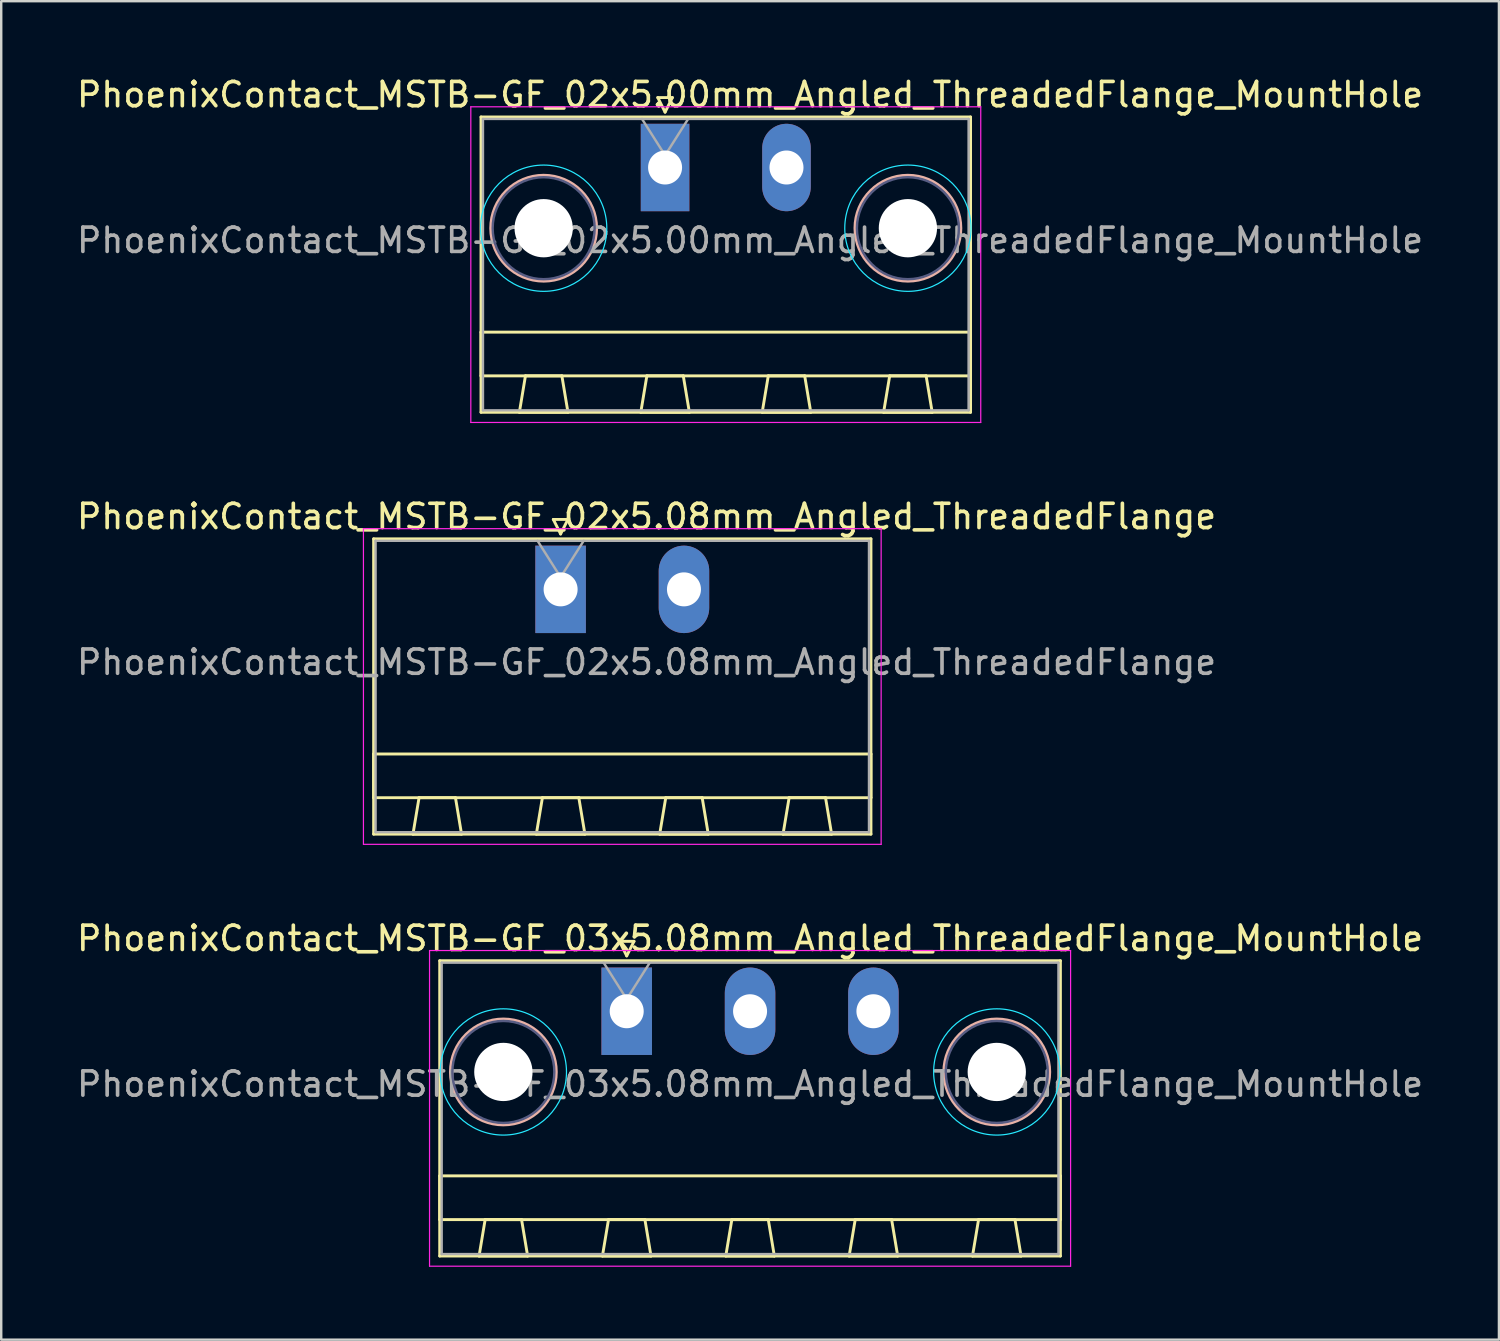
<source format=kicad_pcb>
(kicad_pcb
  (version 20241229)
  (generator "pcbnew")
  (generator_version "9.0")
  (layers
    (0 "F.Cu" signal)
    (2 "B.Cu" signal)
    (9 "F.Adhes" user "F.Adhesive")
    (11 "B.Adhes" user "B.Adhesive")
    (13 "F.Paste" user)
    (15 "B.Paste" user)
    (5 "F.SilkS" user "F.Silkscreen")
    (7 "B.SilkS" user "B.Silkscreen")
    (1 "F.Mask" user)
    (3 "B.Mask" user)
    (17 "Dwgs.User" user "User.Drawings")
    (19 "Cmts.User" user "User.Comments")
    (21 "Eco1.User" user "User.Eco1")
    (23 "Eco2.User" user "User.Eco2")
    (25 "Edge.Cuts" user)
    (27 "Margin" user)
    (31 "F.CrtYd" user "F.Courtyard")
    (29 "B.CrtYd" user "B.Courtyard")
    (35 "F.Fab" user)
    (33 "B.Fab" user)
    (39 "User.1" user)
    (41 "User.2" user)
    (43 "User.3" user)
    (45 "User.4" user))
  (footprint "PhoenixContact_MSTB-GF_02x5.08mm_Angled_ThreadedFlange"
    (layer "F.Cu")
    (at 20.037 21.221)
    (property "Reference" "PhoenixContact_MSTB-GF_02x5.08mm_Angled_ThreadedFlange" (at 3.54 -3 0) (layer "F.SilkS") (effects (font (size 1 1) (thickness 0.15))))
    (attr through_hole)
    (fp_line (start -7.7 -2.08) (end -7.7 10.08) (stroke (width 0.12) (type solid)) (layer "F.SilkS"))
    (fp_line (start -7.7 6.78) (end 12.78 6.78) (stroke (width 0.12) (type solid)) (layer "F.SilkS"))
    (fp_line (start -7.7 8.58) (end -7.7 6.78) (stroke (width 0.12) (type solid)) (layer "F.SilkS"))
    (fp_line (start -7.7 10.08) (end 12.78 10.08) (stroke (width 0.12) (type solid)) (layer "F.SilkS"))
    (fp_line (start -6.08 10.08) (end -4.08 10.08) (stroke (width 0.12) (type solid)) (layer "F.SilkS"))
    (fp_line (start -5.83 8.58) (end -6.08 10.08) (stroke (width 0.12) (type solid)) (layer "F.SilkS"))
    (fp_line (start -4.33 8.58) (end -5.83 8.58) (stroke (width 0.12) (type solid)) (layer "F.SilkS"))
    (fp_line (start -4.08 10.08) (end -4.33 8.58) (stroke (width 0.12) (type solid)) (layer "F.SilkS"))
    (fp_line (start -1 10.08) (end 1 10.08) (stroke (width 0.12) (type solid)) (layer "F.SilkS"))
    (fp_line (start -0.75 8.58) (end -1 10.08) (stroke (width 0.12) (type solid)) (layer "F.SilkS"))
    (fp_line (start -0.3 -2.88) (end 0.3 -2.88) (stroke (width 0.12) (type solid)) (layer "F.SilkS"))
    (fp_line (start 0 -2.28) (end -0.3 -2.88) (stroke (width 0.12) (type solid)) (layer "F.SilkS"))
    (fp_line (start 0.3 -2.88) (end 0 -2.28) (stroke (width 0.12) (type solid)) (layer "F.SilkS"))
    (fp_line (start 0.75 8.58) (end -0.75 8.58) (stroke (width 0.12) (type solid)) (layer "F.SilkS"))
    (fp_line (start 1 10.08) (end 0.75 8.58) (stroke (width 0.12) (type solid)) (layer "F.SilkS"))
    (fp_line (start 4.08 10.08) (end 6.08 10.08) (stroke (width 0.12) (type solid)) (layer "F.SilkS"))
    (fp_line (start 4.33 8.58) (end 4.08 10.08) (stroke (width 0.12) (type solid)) (layer "F.SilkS"))
    (fp_line (start 5.83 8.58) (end 4.33 8.58) (stroke (width 0.12) (type solid)) (layer "F.SilkS"))
    (fp_line (start 6.08 10.08) (end 5.83 8.58) (stroke (width 0.12) (type solid)) (layer "F.SilkS"))
    (fp_line (start 9.16 10.08) (end 11.16 10.08) (stroke (width 0.12) (type solid)) (layer "F.SilkS"))
    (fp_line (start 9.41 8.58) (end 9.16 10.08) (stroke (width 0.12) (type solid)) (layer "F.SilkS"))
    (fp_line (start 10.91 8.58) (end 9.41 8.58) (stroke (width 0.12) (type solid)) (layer "F.SilkS"))
    (fp_line (start 11.16 10.08) (end 10.91 8.58) (stroke (width 0.12) (type solid)) (layer "F.SilkS"))
    (fp_line (start 12.78 -2.08) (end -7.7 -2.08) (stroke (width 0.12) (type solid)) (layer "F.SilkS"))
    (fp_line (start 12.78 6.78) (end 12.78 8.58) (stroke (width 0.12) (type solid)) (layer "F.SilkS"))
    (fp_line (start 12.78 8.58) (end -7.7 8.58) (stroke (width 0.12) (type solid)) (layer "F.SilkS"))
    (fp_line (start 12.78 10.08) (end 12.78 -2.08) (stroke (width 0.12) (type solid)) (layer "F.SilkS"))
    (fp_line (start -8.12 -2.5) (end -8.12 10.5) (stroke (width 0.05) (type solid)) (layer "F.CrtYd"))
    (fp_line (start -8.12 10.5) (end 13.2 10.5) (stroke (width 0.05) (type solid)) (layer "F.CrtYd"))
    (fp_line (start 13.2 -2.5) (end -8.12 -2.5) (stroke (width 0.05) (type solid)) (layer "F.CrtYd"))
    (fp_line (start 13.2 10.5) (end 13.2 -2.5) (stroke (width 0.05) (type solid)) (layer "F.CrtYd"))
    (fp_line (start -7.62 -2) (end -7.62 10) (stroke (width 0.1) (type solid)) (layer "F.Fab"))
    (fp_line (start -7.62 10) (end 12.7 10) (stroke (width 0.1) (type solid)) (layer "F.Fab"))
    (fp_line (start 0 -0.5) (end -0.95 -2) (stroke (width 0.1) (type solid)) (layer "F.Fab"))
    (fp_line (start 0.95 -2) (end 0 -0.5) (stroke (width 0.1) (type solid)) (layer "F.Fab"))
    (fp_line (start 12.7 -2) (end -7.62 -2) (stroke (width 0.1) (type solid)) (layer "F.Fab"))
    (fp_line (start 12.7 10) (end 12.7 -2) (stroke (width 0.1) (type solid)) (layer "F.Fab"))
    (fp_text user "${REFERENCE}" (at 3.54 3 0) (layer "F.Fab") (effects (font (size 1 1) (thickness 0.15))))
    (pad "1" thru_hole rect (at 0 0) (size 2.08 3.6) (drill 1.4) (layers "*.Cu" "*.Mask"))
    (pad "2" thru_hole oval (at 5.08 0) (size 2.08 3.6) (drill 1.4) (layers "*.Cu" "*.Mask")))
  (footprint "PhoenixContact_MSTB-GF_02x5.00mm_Angled_ThreadedFlange_MountHole"
    (layer "F.Cu")
    (at 24.339 3.848)
    (property "Reference" "PhoenixContact_MSTB-GF_02x5.00mm_Angled_ThreadedFlange_MountHole" (at 3.5 -3 0) (layer "F.SilkS") (effects (font (size 1 1) (thickness 0.15))))
    (attr through_hole)
    (fp_line (start -7.58 -2.08) (end -7.58 10.08) (stroke (width 0.12) (type solid)) (layer "F.SilkS"))
    (fp_line (start -7.58 6.78) (end 12.58 6.78) (stroke (width 0.12) (type solid)) (layer "F.SilkS"))
    (fp_line (start -7.58 8.58) (end -7.58 6.78) (stroke (width 0.12) (type solid)) (layer "F.SilkS"))
    (fp_line (start -7.58 10.08) (end 12.58 10.08) (stroke (width 0.12) (type solid)) (layer "F.SilkS"))
    (fp_line (start -6 10.08) (end -4 10.08) (stroke (width 0.12) (type solid)) (layer "F.SilkS"))
    (fp_line (start -5.75 8.58) (end -6 10.08) (stroke (width 0.12) (type solid)) (layer "F.SilkS"))
    (fp_line (start -4.25 8.58) (end -5.75 8.58) (stroke (width 0.12) (type solid)) (layer "F.SilkS"))
    (fp_line (start -4 10.08) (end -4.25 8.58) (stroke (width 0.12) (type solid)) (layer "F.SilkS"))
    (fp_line (start -1 10.08) (end 1 10.08) (stroke (width 0.12) (type solid)) (layer "F.SilkS"))
    (fp_line (start -0.75 8.58) (end -1 10.08) (stroke (width 0.12) (type solid)) (layer "F.SilkS"))
    (fp_line (start -0.3 -2.88) (end 0.3 -2.88) (stroke (width 0.12) (type solid)) (layer "F.SilkS"))
    (fp_line (start 0 -2.28) (end -0.3 -2.88) (stroke (width 0.12) (type solid)) (layer "F.SilkS"))
    (fp_line (start 0.3 -2.88) (end 0 -2.28) (stroke (width 0.12) (type solid)) (layer "F.SilkS"))
    (fp_line (start 0.75 8.58) (end -0.75 8.58) (stroke (width 0.12) (type solid)) (layer "F.SilkS"))
    (fp_line (start 1 10.08) (end 0.75 8.58) (stroke (width 0.12) (type solid)) (layer "F.SilkS"))
    (fp_line (start 4 10.08) (end 6 10.08) (stroke (width 0.12) (type solid)) (layer "F.SilkS"))
    (fp_line (start 4.25 8.58) (end 4 10.08) (stroke (width 0.12) (type solid)) (layer "F.SilkS"))
    (fp_line (start 5.75 8.58) (end 4.25 8.58) (stroke (width 0.12) (type solid)) (layer "F.SilkS"))
    (fp_line (start 6 10.08) (end 5.75 8.58) (stroke (width 0.12) (type solid)) (layer "F.SilkS"))
    (fp_line (start 9 10.08) (end 11 10.08) (stroke (width 0.12) (type solid)) (layer "F.SilkS"))
    (fp_line (start 9.25 8.58) (end 9 10.08) (stroke (width 0.12) (type solid)) (layer "F.SilkS"))
    (fp_line (start 10.75 8.58) (end 9.25 8.58) (stroke (width 0.12) (type solid)) (layer "F.SilkS"))
    (fp_line (start 11 10.08) (end 10.75 8.58) (stroke (width 0.12) (type solid)) (layer "F.SilkS"))
    (fp_line (start 12.58 -2.08) (end -7.58 -2.08) (stroke (width 0.12) (type solid)) (layer "F.SilkS"))
    (fp_line (start 12.58 6.78) (end 12.58 8.58) (stroke (width 0.12) (type solid)) (layer "F.SilkS"))
    (fp_line (start 12.58 8.58) (end -7.58 8.58) (stroke (width 0.12) (type solid)) (layer "F.SilkS"))
    (fp_line (start 12.58 10.08) (end 12.58 -2.08) (stroke (width 0.12) (type solid)) (layer "F.SilkS"))
    (fp_circle (center -5 2.5) (end -2.82 2.5) (stroke (width 0.12) (type solid)) (fill no) (layer "B.SilkS"))
    (fp_circle (center 10 2.5) (end 12.18 2.5) (stroke (width 0.12) (type solid)) (fill no) (layer "B.SilkS"))
    (fp_circle (center -5 2.5) (end -2.4 2.5) (stroke (width 0.05) (type solid)) (fill no) (layer "B.CrtYd"))
    (fp_circle (center 10 2.5) (end 12.6 2.5) (stroke (width 0.05) (type solid)) (fill no) (layer "B.CrtYd"))
    (fp_line (start -8 -2.5) (end -8 10.5) (stroke (width 0.05) (type solid)) (layer "F.CrtYd"))
    (fp_line (start -8 10.5) (end 13 10.5) (stroke (width 0.05) (type solid)) (layer "F.CrtYd"))
    (fp_line (start 13 -2.5) (end -8 -2.5) (stroke (width 0.05) (type solid)) (layer "F.CrtYd"))
    (fp_line (start 13 10.5) (end 13 -2.5) (stroke (width 0.05) (type solid)) (layer "F.CrtYd"))
    (fp_circle (center -5 2.5) (end -2.9 2.5) (stroke (width 0.1) (type solid)) (fill no) (layer "B.Fab"))
    (fp_circle (center 10 2.5) (end 12.1 2.5) (stroke (width 0.1) (type solid)) (fill no) (layer "B.Fab"))
    (fp_line (start -7.5 -2) (end -7.5 10) (stroke (width 0.1) (type solid)) (layer "F.Fab"))
    (fp_line (start -7.5 10) (end 12.5 10) (stroke (width 0.1) (type solid)) (layer "F.Fab"))
    (fp_line (start 0 -0.5) (end -0.95 -2) (stroke (width 0.1) (type solid)) (layer "F.Fab"))
    (fp_line (start 0.95 -2) (end 0 -0.5) (stroke (width 0.1) (type solid)) (layer "F.Fab"))
    (fp_line (start 12.5 -2) (end -7.5 -2) (stroke (width 0.1) (type solid)) (layer "F.Fab"))
    (fp_line (start 12.5 10) (end 12.5 -2) (stroke (width 0.1) (type solid)) (layer "F.Fab"))
    (fp_text user "${REFERENCE}" (at 3.5 3 0) (layer "F.Fab") (effects (font (size 1 1) (thickness 0.15))))
    (pad "" np_thru_hole circle (at -5 2.5) (size 2.4 2.4) (drill 2.4) (layers "*.Cu" "*.Mask"))
    (pad "" np_thru_hole circle (at 10 2.5) (size 2.4 2.4) (drill 2.4) (layers "*.Cu" "*.Mask"))
    (pad "1" thru_hole rect (at 0 0) (size 2 3.6) (drill 1.4) (layers "*.Cu" "*.Mask"))
    (pad "2" thru_hole oval (at 5 0) (size 2 3.6) (drill 1.4) (layers "*.Cu" "*.Mask")))
  (footprint "PhoenixContact_MSTB-GF_03x5.08mm_Angled_ThreadedFlange_MountHole"
    (layer "F.Cu")
    (at 22.759 38.595)
    (property "Reference" "PhoenixContact_MSTB-GF_03x5.08mm_Angled_ThreadedFlange_MountHole" (at 5.08 -3 0) (layer "F.SilkS") (effects (font (size 1 1) (thickness 0.15))))
    (attr through_hole)
    (fp_line (start -7.7 -2.08) (end -7.7 10.08) (stroke (width 0.12) (type solid)) (layer "F.SilkS"))
    (fp_line (start -7.7 6.78) (end 17.86 6.78) (stroke (width 0.12) (type solid)) (layer "F.SilkS"))
    (fp_line (start -7.7 8.58) (end -7.7 6.78) (stroke (width 0.12) (type solid)) (layer "F.SilkS"))
    (fp_line (start -7.7 10.08) (end 17.86 10.08) (stroke (width 0.12) (type solid)) (layer "F.SilkS"))
    (fp_line (start -6.08 10.08) (end -4.08 10.08) (stroke (width 0.12) (type solid)) (layer "F.SilkS"))
    (fp_line (start -5.83 8.58) (end -6.08 10.08) (stroke (width 0.12) (type solid)) (layer "F.SilkS"))
    (fp_line (start -4.33 8.58) (end -5.83 8.58) (stroke (width 0.12) (type solid)) (layer "F.SilkS"))
    (fp_line (start -4.08 10.08) (end -4.33 8.58) (stroke (width 0.12) (type solid)) (layer "F.SilkS"))
    (fp_line (start -1 10.08) (end 1 10.08) (stroke (width 0.12) (type solid)) (layer "F.SilkS"))
    (fp_line (start -0.75 8.58) (end -1 10.08) (stroke (width 0.12) (type solid)) (layer "F.SilkS"))
    (fp_line (start -0.3 -2.88) (end 0.3 -2.88) (stroke (width 0.12) (type solid)) (layer "F.SilkS"))
    (fp_line (start 0 -2.28) (end -0.3 -2.88) (stroke (width 0.12) (type solid)) (layer "F.SilkS"))
    (fp_line (start 0.3 -2.88) (end 0 -2.28) (stroke (width 0.12) (type solid)) (layer "F.SilkS"))
    (fp_line (start 0.75 8.58) (end -0.75 8.58) (stroke (width 0.12) (type solid)) (layer "F.SilkS"))
    (fp_line (start 1 10.08) (end 0.75 8.58) (stroke (width 0.12) (type solid)) (layer "F.SilkS"))
    (fp_line (start 4.08 10.08) (end 6.08 10.08) (stroke (width 0.12) (type solid)) (layer "F.SilkS"))
    (fp_line (start 4.33 8.58) (end 4.08 10.08) (stroke (width 0.12) (type solid)) (layer "F.SilkS"))
    (fp_line (start 5.83 8.58) (end 4.33 8.58) (stroke (width 0.12) (type solid)) (layer "F.SilkS"))
    (fp_line (start 6.08 10.08) (end 5.83 8.58) (stroke (width 0.12) (type solid)) (layer "F.SilkS"))
    (fp_line (start 9.16 10.08) (end 11.16 10.08) (stroke (width 0.12) (type solid)) (layer "F.SilkS"))
    (fp_line (start 9.41 8.58) (end 9.16 10.08) (stroke (width 0.12) (type solid)) (layer "F.SilkS"))
    (fp_line (start 10.91 8.58) (end 9.41 8.58) (stroke (width 0.12) (type solid)) (layer "F.SilkS"))
    (fp_line (start 11.16 10.08) (end 10.91 8.58) (stroke (width 0.12) (type solid)) (layer "F.SilkS"))
    (fp_line (start 14.24 10.08) (end 16.24 10.08) (stroke (width 0.12) (type solid)) (layer "F.SilkS"))
    (fp_line (start 14.49 8.58) (end 14.24 10.08) (stroke (width 0.12) (type solid)) (layer "F.SilkS"))
    (fp_line (start 15.99 8.58) (end 14.49 8.58) (stroke (width 0.12) (type solid)) (layer "F.SilkS"))
    (fp_line (start 16.24 10.08) (end 15.99 8.58) (stroke (width 0.12) (type solid)) (layer "F.SilkS"))
    (fp_line (start 17.86 -2.08) (end -7.7 -2.08) (stroke (width 0.12) (type solid)) (layer "F.SilkS"))
    (fp_line (start 17.86 6.78) (end 17.86 8.58) (stroke (width 0.12) (type solid)) (layer "F.SilkS"))
    (fp_line (start 17.86 8.58) (end -7.7 8.58) (stroke (width 0.12) (type solid)) (layer "F.SilkS"))
    (fp_line (start 17.86 10.08) (end 17.86 -2.08) (stroke (width 0.12) (type solid)) (layer "F.SilkS"))
    (fp_circle (center -5.08 2.5) (end -2.9 2.5) (stroke (width 0.12) (type solid)) (fill no) (layer "B.SilkS"))
    (fp_circle (center 15.24 2.5) (end 17.42 2.5) (stroke (width 0.12) (type solid)) (fill no) (layer "B.SilkS"))
    (fp_circle (center -5.08 2.5) (end -2.48 2.5) (stroke (width 0.05) (type solid)) (fill no) (layer "B.CrtYd"))
    (fp_circle (center 15.24 2.5) (end 17.84 2.5) (stroke (width 0.05) (type solid)) (fill no) (layer "B.CrtYd"))
    (fp_line (start -8.12 -2.5) (end -8.12 10.5) (stroke (width 0.05) (type solid)) (layer "F.CrtYd"))
    (fp_line (start -8.12 10.5) (end 18.28 10.5) (stroke (width 0.05) (type solid)) (layer "F.CrtYd"))
    (fp_line (start 18.28 -2.5) (end -8.12 -2.5) (stroke (width 0.05) (type solid)) (layer "F.CrtYd"))
    (fp_line (start 18.28 10.5) (end 18.28 -2.5) (stroke (width 0.05) (type solid)) (layer "F.CrtYd"))
    (fp_circle (center -5.08 2.5) (end -2.98 2.5) (stroke (width 0.1) (type solid)) (fill no) (layer "B.Fab"))
    (fp_circle (center 15.24 2.5) (end 17.34 2.5) (stroke (width 0.1) (type solid)) (fill no) (layer "B.Fab"))
    (fp_line (start -7.62 -2) (end -7.62 10) (stroke (width 0.1) (type solid)) (layer "F.Fab"))
    (fp_line (start -7.62 10) (end 17.78 10) (stroke (width 0.1) (type solid)) (layer "F.Fab"))
    (fp_line (start 0 -0.5) (end -0.95 -2) (stroke (width 0.1) (type solid)) (layer "F.Fab"))
    (fp_line (start 0.95 -2) (end 0 -0.5) (stroke (width 0.1) (type solid)) (layer "F.Fab"))
    (fp_line (start 17.78 -2) (end -7.62 -2) (stroke (width 0.1) (type solid)) (layer "F.Fab"))
    (fp_line (start 17.78 10) (end 17.78 -2) (stroke (width 0.1) (type solid)) (layer "F.Fab"))
    (fp_text user "${REFERENCE}" (at 5.08 3 0) (layer "F.Fab") (effects (font (size 1 1) (thickness 0.15))))
    (pad "" np_thru_hole circle (at -5.08 2.5) (size 2.4 2.4) (drill 2.4) (layers "*.Cu" "*.Mask"))
    (pad "" np_thru_hole circle (at 15.24 2.5) (size 2.4 2.4) (drill 2.4) (layers "*.Cu" "*.Mask"))
    (pad "1" thru_hole rect (at 0 0) (size 2.08 3.6) (drill 1.4) (layers "*.Cu" "*.Mask"))
    (pad "2" thru_hole oval (at 5.08 0) (size 2.08 3.6) (drill 1.4) (layers "*.Cu" "*.Mask"))
    (pad "3" thru_hole oval (at 10.16 0) (size 2.08 3.6) (drill 1.4) (layers "*.Cu" "*.Mask")))
  (gr_rect
    (start -3 -3)
    (end 58.679 52.12)
    (stroke (width 0.1) (type default))
    (fill no)
    (layer "Edge.Cuts")))
</source>
